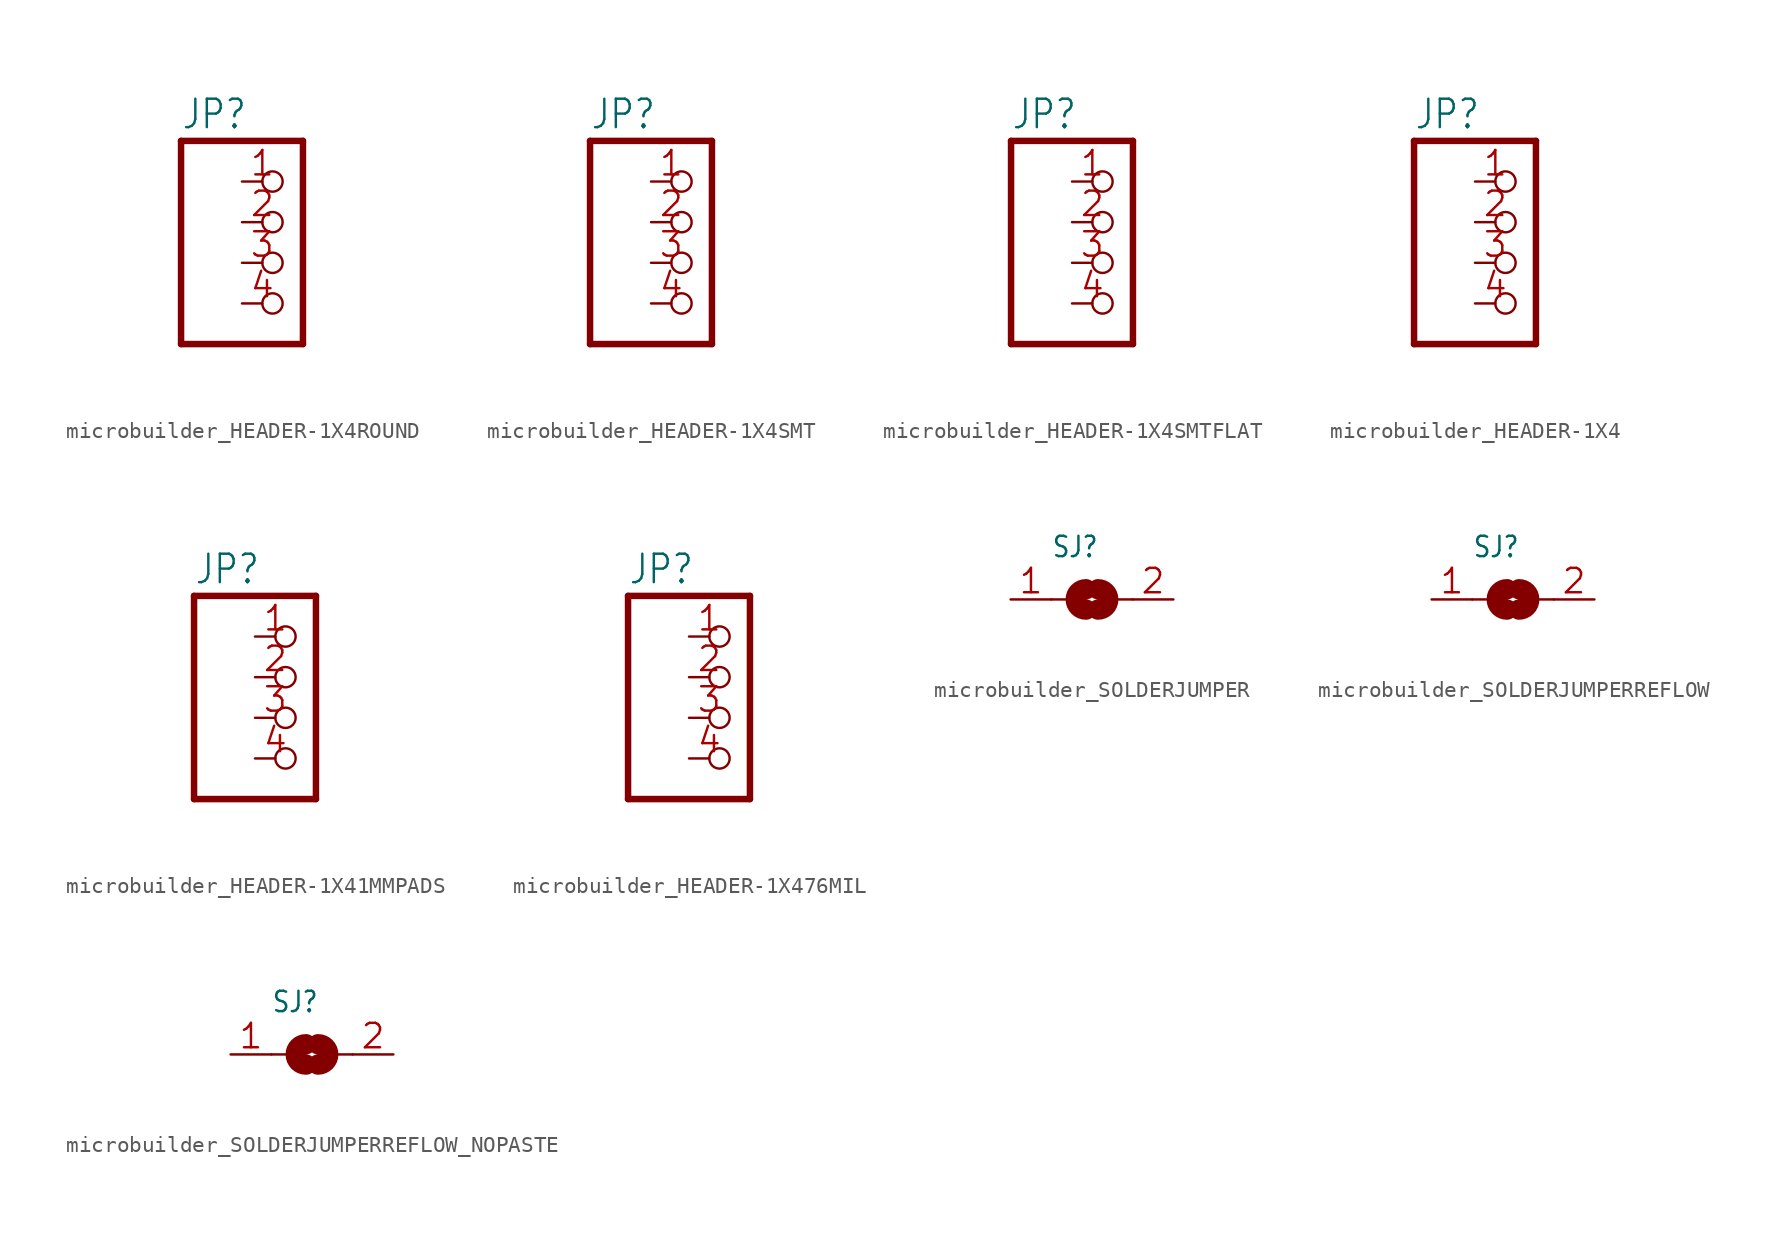
<source format=kicad_sym>
(kicad_symbol_lib
  (version 20241209)
  (generator "kicad_symbol_editor")
  (generator_version "9.0")
  (symbol "microbuilder_HEADER-1X4ROUND"
    (property "Reference" "JP"
      (at -6.35 8.255 0)
      (effects (font (size 1.778 1.511)) (justify left bottom)))
    (property "Value" ""
      (at -6.35 -7.62 0)
      (effects (font (size 1.778 1.511)) (justify left bottom)))
    (property "ki_locked" ""
      (at 0 0 0)
      (effects (font (size 1.27 1.27))))
    (symbol "microbuilder_HEADER-1X4ROUND_1_0"
      (polyline (pts (xy -6.35 7.62) (xy -6.35 -5.08)) (stroke (width 0.406) (type solid)) (fill (type none)))
      (polyline (pts (xy -6.35 -5.08) (xy 1.27 -5.08)) (stroke (width 0.406) (type solid)) (fill (type none)))
      (polyline (pts (xy 1.27 7.62) (xy -6.35 7.62)) (stroke (width 0.406) (type solid)) (fill (type none)))
      (polyline (pts (xy 1.27 -5.08) (xy 1.27 7.62)) (stroke (width 0.406) (type solid)) (fill (type none)))
      (pin passive inverted (at -2.54 5.08 0) (length 2.54) (name "1" (effects (font (size 0 0)))) (number "1" (effects (font (size 1.524 1.524)))))
      (pin passive inverted (at -2.54 2.54 0) (length 2.54) (name "2" (effects (font (size 0 0)))) (number "2" (effects (font (size 1.524 1.524)))))
      (pin passive inverted (at -2.54 0 0) (length 2.54) (name "3" (effects (font (size 0 0)))) (number "3" (effects (font (size 1.524 1.524)))))
      (pin passive inverted (at -2.54 -2.54 0) (length 2.54) (name "4" (effects (font (size 0 0)))) (number "4" (effects (font (size 1.524 1.524)))))))
  (symbol "microbuilder_HEADER-1X4SMT"
    (property "Reference" "JP"
      (at -6.35 8.255 0)
      (effects (font (size 1.778 1.511)) (justify left bottom)))
    (property "Value" ""
      (at -6.35 -7.62 0)
      (effects (font (size 1.778 1.511)) (justify left bottom)))
    (property "ki_locked" ""
      (at 0 0 0)
      (effects (font (size 1.27 1.27))))
    (symbol "microbuilder_HEADER-1X4SMT_1_0"
      (polyline (pts (xy -6.35 7.62) (xy -6.35 -5.08)) (stroke (width 0.406) (type solid)) (fill (type none)))
      (polyline (pts (xy -6.35 -5.08) (xy 1.27 -5.08)) (stroke (width 0.406) (type solid)) (fill (type none)))
      (polyline (pts (xy 1.27 7.62) (xy -6.35 7.62)) (stroke (width 0.406) (type solid)) (fill (type none)))
      (polyline (pts (xy 1.27 -5.08) (xy 1.27 7.62)) (stroke (width 0.406) (type solid)) (fill (type none)))
      (pin passive inverted (at -2.54 5.08 0) (length 2.54) (name "1" (effects (font (size 0 0)))) (number "1" (effects (font (size 1.524 1.524)))))
      (pin passive inverted (at -2.54 2.54 0) (length 2.54) (name "2" (effects (font (size 0 0)))) (number "2" (effects (font (size 1.524 1.524)))))
      (pin passive inverted (at -2.54 0 0) (length 2.54) (name "3" (effects (font (size 0 0)))) (number "3" (effects (font (size 1.524 1.524)))))
      (pin passive inverted (at -2.54 -2.54 0) (length 2.54) (name "4" (effects (font (size 0 0)))) (number "4" (effects (font (size 1.524 1.524)))))))
  (symbol "microbuilder_HEADER-1X4SMTFLAT"
    (property "Reference" "JP"
      (at -6.35 8.255 0)
      (effects (font (size 1.778 1.511)) (justify left bottom)))
    (property "Value" ""
      (at -6.35 -7.62 0)
      (effects (font (size 1.778 1.511)) (justify left bottom)))
    (property "ki_locked" ""
      (at 0 0 0)
      (effects (font (size 1.27 1.27))))
    (symbol "microbuilder_HEADER-1X4SMTFLAT_1_0"
      (polyline (pts (xy -6.35 7.62) (xy -6.35 -5.08)) (stroke (width 0.406) (type solid)) (fill (type none)))
      (polyline (pts (xy -6.35 -5.08) (xy 1.27 -5.08)) (stroke (width 0.406) (type solid)) (fill (type none)))
      (polyline (pts (xy 1.27 7.62) (xy -6.35 7.62)) (stroke (width 0.406) (type solid)) (fill (type none)))
      (polyline (pts (xy 1.27 -5.08) (xy 1.27 7.62)) (stroke (width 0.406) (type solid)) (fill (type none)))
      (pin passive inverted (at -2.54 5.08 0) (length 2.54) (name "1" (effects (font (size 0 0)))) (number "1" (effects (font (size 1.524 1.524)))))
      (pin passive inverted (at -2.54 2.54 0) (length 2.54) (name "2" (effects (font (size 0 0)))) (number "2" (effects (font (size 1.524 1.524)))))
      (pin passive inverted (at -2.54 0 0) (length 2.54) (name "3" (effects (font (size 0 0)))) (number "3" (effects (font (size 1.524 1.524)))))
      (pin passive inverted (at -2.54 -2.54 0) (length 2.54) (name "4" (effects (font (size 0 0)))) (number "4" (effects (font (size 1.524 1.524)))))))
  (symbol "microbuilder_HEADER-1X4"
    (property "Reference" "JP"
      (at -6.35 8.255 0)
      (effects (font (size 1.778 1.511)) (justify left bottom)))
    (property "Value" ""
      (at -6.35 -7.62 0)
      (effects (font (size 1.778 1.511)) (justify left bottom)))
    (property "ki_locked" ""
      (at 0 0 0)
      (effects (font (size 1.27 1.27))))
    (symbol "microbuilder_HEADER-1X4_1_0"
      (polyline (pts (xy -6.35 7.62) (xy -6.35 -5.08)) (stroke (width 0.406) (type solid)) (fill (type none)))
      (polyline (pts (xy -6.35 -5.08) (xy 1.27 -5.08)) (stroke (width 0.406) (type solid)) (fill (type none)))
      (polyline (pts (xy 1.27 7.62) (xy -6.35 7.62)) (stroke (width 0.406) (type solid)) (fill (type none)))
      (polyline (pts (xy 1.27 -5.08) (xy 1.27 7.62)) (stroke (width 0.406) (type solid)) (fill (type none)))
      (pin passive inverted (at -2.54 5.08 0) (length 2.54) (name "1" (effects (font (size 0 0)))) (number "1" (effects (font (size 1.524 1.524)))))
      (pin passive inverted (at -2.54 2.54 0) (length 2.54) (name "2" (effects (font (size 0 0)))) (number "2" (effects (font (size 1.524 1.524)))))
      (pin passive inverted (at -2.54 0 0) (length 2.54) (name "3" (effects (font (size 0 0)))) (number "3" (effects (font (size 1.524 1.524)))))
      (pin passive inverted (at -2.54 -2.54 0) (length 2.54) (name "4" (effects (font (size 0 0)))) (number "4" (effects (font (size 1.524 1.524)))))))
  (symbol "microbuilder_HEADER-1X41MMPADS"
    (property "Reference" "JP"
      (at -6.35 8.255 0)
      (effects (font (size 1.778 1.511)) (justify left bottom)))
    (property "Value" ""
      (at -6.35 -7.62 0)
      (effects (font (size 1.778 1.511)) (justify left bottom)))
    (property "ki_locked" ""
      (at 0 0 0)
      (effects (font (size 1.27 1.27))))
    (symbol "microbuilder_HEADER-1X41MMPADS_1_0"
      (polyline (pts (xy -6.35 7.62) (xy -6.35 -5.08)) (stroke (width 0.406) (type solid)) (fill (type none)))
      (polyline (pts (xy -6.35 -5.08) (xy 1.27 -5.08)) (stroke (width 0.406) (type solid)) (fill (type none)))
      (polyline (pts (xy 1.27 7.62) (xy -6.35 7.62)) (stroke (width 0.406) (type solid)) (fill (type none)))
      (polyline (pts (xy 1.27 -5.08) (xy 1.27 7.62)) (stroke (width 0.406) (type solid)) (fill (type none)))
      (pin passive inverted (at -2.54 5.08 0) (length 2.54) (name "1" (effects (font (size 0 0)))) (number "1" (effects (font (size 1.524 1.524)))))
      (pin passive inverted (at -2.54 2.54 0) (length 2.54) (name "2" (effects (font (size 0 0)))) (number "2" (effects (font (size 1.524 1.524)))))
      (pin passive inverted (at -2.54 0 0) (length 2.54) (name "3" (effects (font (size 0 0)))) (number "3" (effects (font (size 1.524 1.524)))))
      (pin passive inverted (at -2.54 -2.54 0) (length 2.54) (name "4" (effects (font (size 0 0)))) (number "4" (effects (font (size 1.524 1.524)))))))
  (symbol "microbuilder_HEADER-1X476MIL"
    (property "Reference" "JP"
      (at -6.35 8.255 0)
      (effects (font (size 1.778 1.511)) (justify left bottom)))
    (property "Value" ""
      (at -6.35 -7.62 0)
      (effects (font (size 1.778 1.511)) (justify left bottom)))
    (property "ki_locked" ""
      (at 0 0 0)
      (effects (font (size 1.27 1.27))))
    (symbol "microbuilder_HEADER-1X476MIL_1_0"
      (polyline (pts (xy -6.35 7.62) (xy -6.35 -5.08)) (stroke (width 0.406) (type solid)) (fill (type none)))
      (polyline (pts (xy -6.35 -5.08) (xy 1.27 -5.08)) (stroke (width 0.406) (type solid)) (fill (type none)))
      (polyline (pts (xy 1.27 7.62) (xy -6.35 7.62)) (stroke (width 0.406) (type solid)) (fill (type none)))
      (polyline (pts (xy 1.27 -5.08) (xy 1.27 7.62)) (stroke (width 0.406) (type solid)) (fill (type none)))
      (pin passive inverted (at -2.54 5.08 0) (length 2.54) (name "1" (effects (font (size 0 0)))) (number "1" (effects (font (size 1.524 1.524)))))
      (pin passive inverted (at -2.54 2.54 0) (length 2.54) (name "2" (effects (font (size 0 0)))) (number "2" (effects (font (size 1.524 1.524)))))
      (pin passive inverted (at -2.54 0 0) (length 2.54) (name "3" (effects (font (size 0 0)))) (number "3" (effects (font (size 1.524 1.524)))))
      (pin passive inverted (at -2.54 -2.54 0) (length 2.54) (name "4" (effects (font (size 0 0)))) (number "4" (effects (font (size 1.524 1.524)))))))
  (symbol "microbuilder_SOLDERJUMPER"
    (property "Reference" "SJ"
      (at -2.54 2.54 0)
      (effects (font (size 1.27 1.079)) (justify left bottom)))
    (property "Value" ""
      (at -2.54 -3.81 0)
      (effects (font (size 1.27 1.079)) (justify left bottom)))
    (property "ki_locked" ""
      (at 0 0 0)
      (effects (font (size 1.27 1.27))))
    (symbol "microbuilder_SOLDERJUMPER_1_0"
      (polyline (pts (xy -2.54 0) (xy -1.651 0)) (stroke (width 0.152) (type solid)) (fill (type none)))
      (arc (start -0.381 -0.635) (mid -1.0159 0.0001) (end -0.3808 0.635) (stroke (width 1.27) (type solid)) (fill (type none)))
      (arc (start 0.381 0.635) (mid 1.0159 -0.0001) (end 0.3808 -0.635) (stroke (width 1.27) (type solid)) (fill (type none)))
      (polyline (pts (xy 2.54 0) (xy 1.651 0)) (stroke (width 0.152) (type solid)) (fill (type none)))
      (pin passive line (at -5.08 0 0) (length 2.54) (name "1" (effects (font (size 0 0)))) (number "1" (effects (font (size 1.524 1.524)))))
      (pin passive line (at 5.08 0 180) (length 2.54) (name "2" (effects (font (size 0 0)))) (number "2" (effects (font (size 1.524 1.524)))))))
  (symbol "microbuilder_SOLDERJUMPERREFLOW"
    (property "Reference" "SJ"
      (at -2.54 2.54 0)
      (effects (font (size 1.27 1.079)) (justify left bottom)))
    (property "Value" ""
      (at -2.54 -3.81 0)
      (effects (font (size 1.27 1.079)) (justify left bottom)))
    (property "ki_locked" ""
      (at 0 0 0)
      (effects (font (size 1.27 1.27))))
    (symbol "microbuilder_SOLDERJUMPERREFLOW_1_0"
      (polyline (pts (xy -2.54 0) (xy -1.651 0)) (stroke (width 0.152) (type solid)) (fill (type none)))
      (arc (start -0.381 -0.635) (mid -1.0159 0.0001) (end -0.3808 0.635) (stroke (width 1.27) (type solid)) (fill (type none)))
      (arc (start 0.381 0.635) (mid 1.0159 -0.0001) (end 0.3808 -0.635) (stroke (width 1.27) (type solid)) (fill (type none)))
      (polyline (pts (xy 2.54 0) (xy 1.651 0)) (stroke (width 0.152) (type solid)) (fill (type none)))
      (pin passive line (at -5.08 0 0) (length 2.54) (name "1" (effects (font (size 0 0)))) (number "1" (effects (font (size 1.524 1.524)))))
      (pin passive line (at 5.08 0 180) (length 2.54) (name "2" (effects (font (size 0 0)))) (number "2" (effects (font (size 1.524 1.524)))))))
  (symbol "microbuilder_SOLDERJUMPERREFLOW_NOPASTE"
    (property "Reference" "SJ"
      (at -2.54 2.54 0)
      (effects (font (size 1.27 1.079)) (justify left bottom)))
    (property "Value" ""
      (at -2.54 -3.81 0)
      (effects (font (size 1.27 1.079)) (justify left bottom)))
    (property "ki_locked" ""
      (at 0 0 0)
      (effects (font (size 1.27 1.27))))
    (symbol "microbuilder_SOLDERJUMPERREFLOW_NOPASTE_1_0"
      (polyline (pts (xy -2.54 0) (xy -1.651 0)) (stroke (width 0.152) (type solid)) (fill (type none)))
      (arc (start -0.381 -0.635) (mid -1.0159 0.0001) (end -0.3808 0.635) (stroke (width 1.27) (type solid)) (fill (type none)))
      (arc (start 0.381 0.635) (mid 1.0159 -0.0001) (end 0.3808 -0.635) (stroke (width 1.27) (type solid)) (fill (type none)))
      (polyline (pts (xy 2.54 0) (xy 1.651 0)) (stroke (width 0.152) (type solid)) (fill (type none)))
      (pin passive line (at -5.08 0 0) (length 2.54) (name "1" (effects (font (size 0 0)))) (number "1" (effects (font (size 1.524 1.524)))))
      (pin passive line (at 5.08 0 180) (length 2.54) (name "2" (effects (font (size 0 0)))) (number "2" (effects (font (size 1.524 1.524))))))))
</source>
